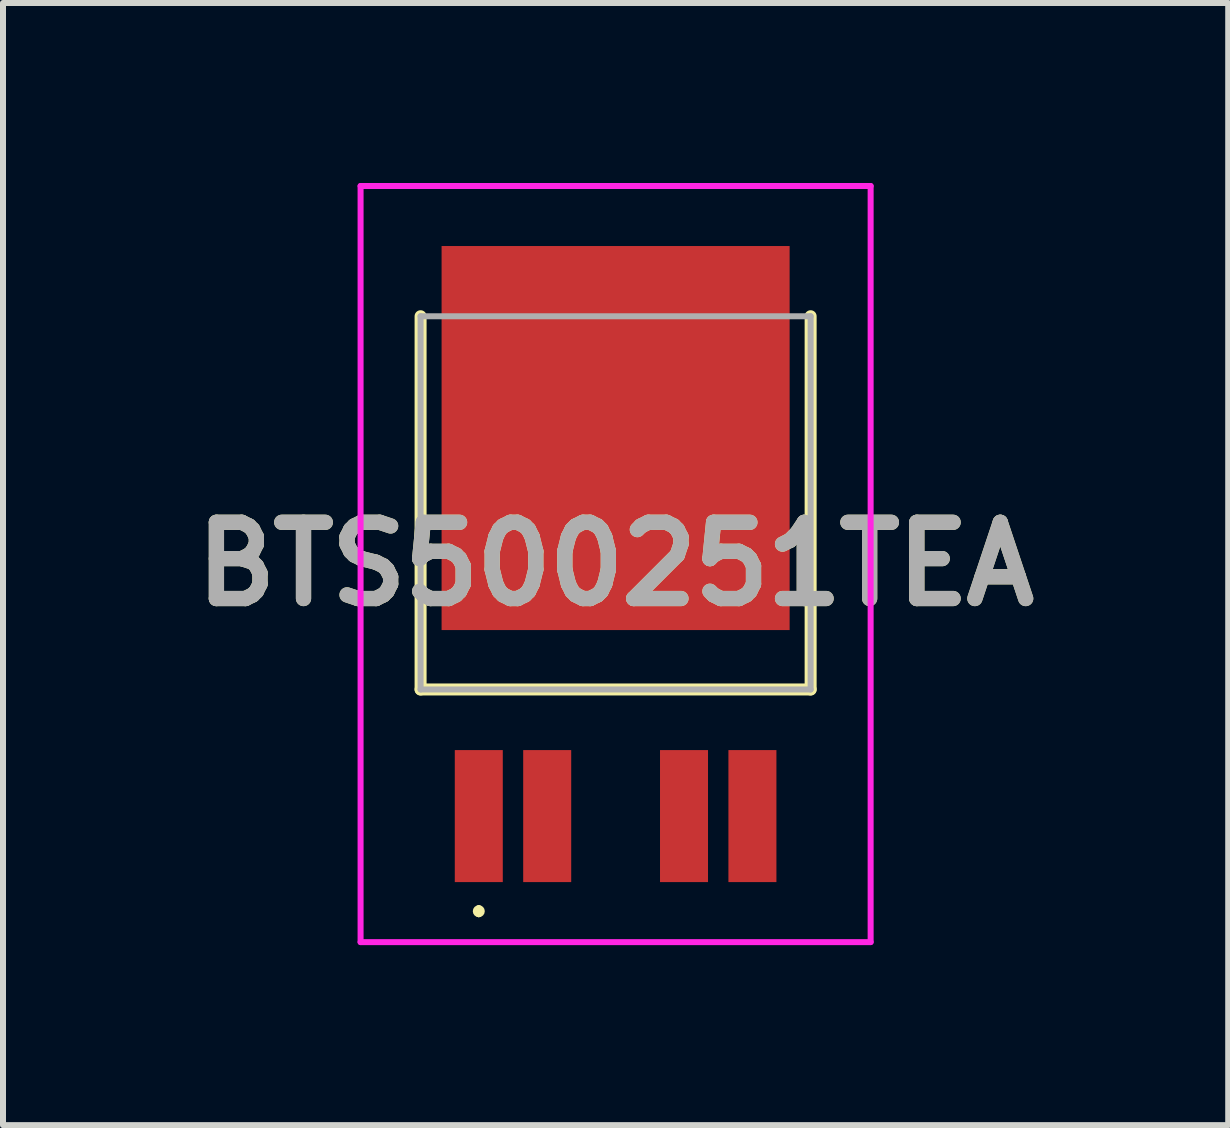
<source format=kicad_pcb>
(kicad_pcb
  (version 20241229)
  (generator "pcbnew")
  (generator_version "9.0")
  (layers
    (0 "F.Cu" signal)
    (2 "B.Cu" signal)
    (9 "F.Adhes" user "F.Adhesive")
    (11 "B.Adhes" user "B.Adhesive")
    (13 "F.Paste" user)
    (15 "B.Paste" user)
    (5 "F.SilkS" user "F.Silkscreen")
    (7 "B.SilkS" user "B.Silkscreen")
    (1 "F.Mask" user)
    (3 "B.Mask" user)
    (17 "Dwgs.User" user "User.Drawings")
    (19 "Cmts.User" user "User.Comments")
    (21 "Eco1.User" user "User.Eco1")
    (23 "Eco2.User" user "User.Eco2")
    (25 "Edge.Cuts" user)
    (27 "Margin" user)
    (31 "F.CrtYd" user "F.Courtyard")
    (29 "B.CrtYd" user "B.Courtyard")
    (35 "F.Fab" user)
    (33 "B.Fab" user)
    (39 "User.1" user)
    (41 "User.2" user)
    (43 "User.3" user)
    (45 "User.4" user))
  (footprint "BTS500251TEA"
    (layer "F.Cu")
    (at 7.209 6.385)
    (property "Reference" "BTS500251TEA" (at 0 -0.035 0) (layer "F.SilkS") (effects (font (size 1.27 1.27) (thickness 0.254))))
    (attr smd)
    (fp_line (start -3.25 -4.165) (end -3.25 2.055) (stroke (width 0.2) (type solid)) (layer "F.SilkS"))
    (fp_line (start -3.25 2.055) (end 3.25 2.055) (stroke (width 0.2) (type solid)) (layer "F.SilkS"))
    (fp_line (start -2.28 5.7) (end -2.28 5.7) (stroke (width 0.1) (type solid)) (layer "F.SilkS"))
    (fp_line (start -2.28 5.8) (end -2.28 5.8) (stroke (width 0.1) (type solid)) (layer "F.SilkS"))
    (fp_line (start 3.25 2.055) (end 3.25 -4.165) (stroke (width 0.2) (type solid)) (layer "F.SilkS"))
    (fp_arc (start -2.28 5.7) (mid -2.23 5.75) (end -2.28 5.8) (stroke (width 0.1) (type solid)) (layer "F.SilkS"))
    (fp_arc (start -2.28 5.8) (mid -2.33 5.75) (end -2.28 5.7) (stroke (width 0.1) (type solid)) (layer "F.SilkS"))
    (fp_line (start -4.25 -6.335) (end 4.25 -6.335) (stroke (width 0.1) (type solid)) (layer "F.CrtYd"))
    (fp_line (start -4.25 6.265) (end -4.25 -6.335) (stroke (width 0.1) (type solid)) (layer "F.CrtYd"))
    (fp_line (start 4.25 -6.335) (end 4.25 6.265) (stroke (width 0.1) (type solid)) (layer "F.CrtYd"))
    (fp_line (start 4.25 6.265) (end -4.25 6.265) (stroke (width 0.1) (type solid)) (layer "F.CrtYd"))
    (fp_line (start -3.25 -4.165) (end -3.25 2.055) (stroke (width 0.1) (type solid)) (layer "F.Fab"))
    (fp_line (start -3.25 2.055) (end 3.25 2.055) (stroke (width 0.1) (type solid)) (layer "F.Fab"))
    (fp_line (start 3.25 -4.165) (end -3.25 -4.165) (stroke (width 0.1) (type solid)) (layer "F.Fab"))
    (fp_line (start 3.25 2.055) (end 3.25 -4.165) (stroke (width 0.1) (type solid)) (layer "F.Fab"))
    (fp_text user "${REFERENCE}" (at 0 -0.035 0) (layer "F.Fab") (effects (font (size 1.27 1.27) (thickness 0.254))))
    (pad "1" smd rect (at -2.28 4.165) (size 0.8 2.2) (layers "F.Cu" "F.Mask" "F.Paste"))
    (pad "2" smd rect (at -1.14 4.165) (size 0.8 2.2) (layers "F.Cu" "F.Mask" "F.Paste"))
    (pad "3" smd rect (at 0 -2.135) (size 5.8 6.4) (layers "F.Cu" "F.Mask" "F.Paste"))
    (pad "4" smd rect (at 1.14 4.165) (size 0.8 2.2) (layers "F.Cu" "F.Mask" "F.Paste"))
    (pad "5" smd rect (at 2.28 4.165) (size 0.8 2.2) (layers "F.Cu" "F.Mask" "F.Paste")))
  (gr_rect
    (start -3 -3)
    (end 17.418 15.7)
    (stroke (width 0.1) (type default))
    (fill no)
    (layer "Edge.Cuts")))
</source>
